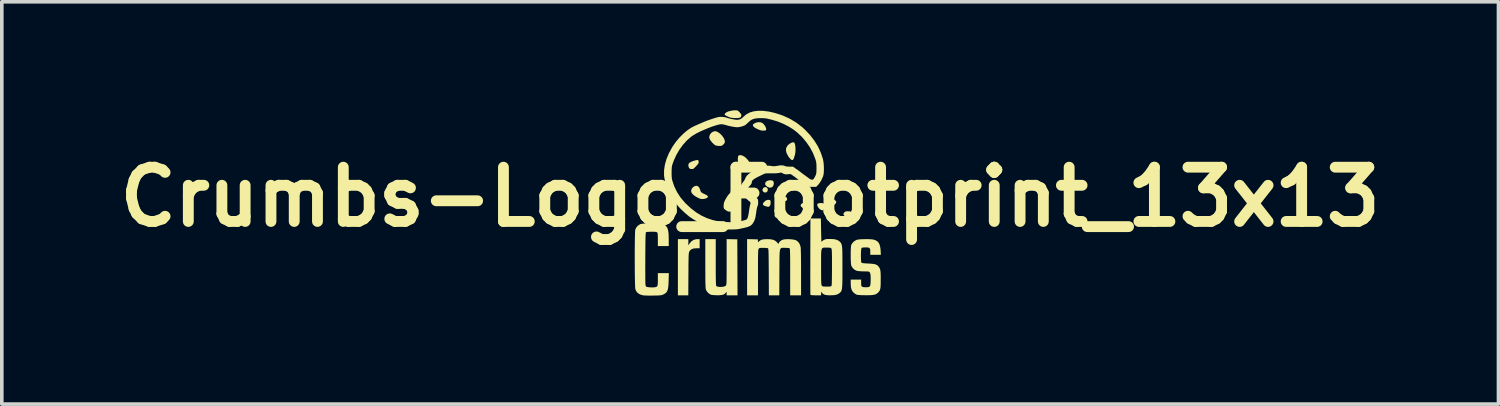
<source format=kicad_pcb>
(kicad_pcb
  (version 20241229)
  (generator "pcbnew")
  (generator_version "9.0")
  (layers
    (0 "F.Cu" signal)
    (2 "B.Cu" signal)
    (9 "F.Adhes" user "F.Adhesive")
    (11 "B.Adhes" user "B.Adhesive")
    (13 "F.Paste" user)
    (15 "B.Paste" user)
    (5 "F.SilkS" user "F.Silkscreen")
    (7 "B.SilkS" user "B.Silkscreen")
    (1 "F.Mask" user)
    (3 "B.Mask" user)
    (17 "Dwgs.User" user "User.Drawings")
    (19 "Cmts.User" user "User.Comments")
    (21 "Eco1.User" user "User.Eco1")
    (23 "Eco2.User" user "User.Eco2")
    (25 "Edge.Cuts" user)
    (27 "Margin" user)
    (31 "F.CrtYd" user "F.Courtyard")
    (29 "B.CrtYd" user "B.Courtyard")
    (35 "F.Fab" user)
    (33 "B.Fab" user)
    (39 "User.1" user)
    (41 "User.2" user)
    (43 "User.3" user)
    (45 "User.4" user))
  (footprint "Crumbs-Logo_Footprint_13x13"
    (layer "F.Cu")
    (at 17.693 2.395)
    (property "Reference" "Crumbs-Logo_Footprint_13x13" (at 0 0 0) (layer "F.SilkS") (effects (font (size 1.5 1.5) (thickness 0.3))))
    (attr board_only exclude_from_pos_files exclude_from_bom)
    (fp_poly (pts (xy 0.995 0.006) (xy 1.016 0.027) (xy 1.023 0.057) (xy 1.015 0.086) (xy 0.995 0.11) (xy 0.973 0.12) (xy 0.959 0.113) (xy 0.938 0.098) (xy 0.918 0.077) (xy 0.917 0.056) (xy 0.921 0.04) (xy 0.941 0.012) (xy 0.968 0.001)) (stroke (width 0) (type solid)) (fill yes) (layer "F.SilkS"))
    (fp_poly (pts (xy 0.446 -0.267) (xy 0.472 -0.247) (xy 0.487 -0.214) (xy 0.486 -0.175) (xy 0.482 -0.165) (xy 0.46 -0.134) (xy 0.426 -0.121) (xy 0.389 -0.126) (xy 0.36 -0.145) (xy 0.341 -0.179) (xy 0.344 -0.216) (xy 0.367 -0.249) (xy 0.375 -0.256) (xy 0.412 -0.272)) (stroke (width 0) (type solid)) (fill yes) (layer "F.SilkS"))
    (fp_poly (pts (xy 0.767 0.399) (xy 0.791 0.414) (xy 0.818 0.452) (xy 0.825 0.495) (xy 0.811 0.537) (xy 0.79 0.561) (xy 0.763 0.583) (xy 0.743 0.588) (xy 0.722 0.577) (xy 0.706 0.565) (xy 0.684 0.542) (xy 0.675 0.513) (xy 0.674 0.489) (xy 0.682 0.442) (xy 0.703 0.41) (xy 0.733 0.395)) (stroke (width 0) (type solid)) (fill yes) (layer "F.SilkS"))
    (fp_poly (pts (xy 1.537 0.16) (xy 1.579 0.182) (xy 1.585 0.187) (xy 1.607 0.223) (xy 1.605 0.263) (xy 1.581 0.303) (xy 1.58 0.304) (xy 1.552 0.32) (xy 1.512 0.323) (xy 1.471 0.313) (xy 1.461 0.308) (xy 1.417 0.277) (xy 1.397 0.246) (xy 1.4 0.215) (xy 1.426 0.187) (xy 1.436 0.18) (xy 1.488 0.159)) (stroke (width 0) (type solid)) (fill yes) (layer "F.SilkS"))
    (fp_poly (pts (xy 0.606 -0.456) (xy 0.637 -0.439) (xy 0.652 -0.406) (xy 0.654 -0.372) (xy 0.644 -0.317) (xy 0.617 -0.279) (xy 0.579 -0.258) (xy 0.533 -0.256) (xy 0.483 -0.276) (xy 0.467 -0.286) (xy 0.438 -0.312) (xy 0.419 -0.338) (xy 0.416 -0.346) (xy 0.417 -0.385) (xy 0.438 -0.419) (xy 0.476 -0.444) (xy 0.527 -0.459) (xy 0.556 -0.461)) (stroke (width 0) (type solid)) (fill yes) (layer "F.SilkS"))
    (fp_poly (pts (xy 2.013 0.174) (xy 2.048 0.191) (xy 2.066 0.222) (xy 2.071 0.26) (xy 2.066 0.302) (xy 2.051 0.333) (xy 2.041 0.344) (xy 2.014 0.366) (xy 1.989 0.371) (xy 1.959 0.36) (xy 1.943 0.35) (xy 1.909 0.322) (xy 1.879 0.283) (xy 1.859 0.243) (xy 1.854 0.219) (xy 1.864 0.192) (xy 1.896 0.175) (xy 1.949 0.169) (xy 1.959 0.169)) (stroke (width 0) (type solid)) (fill yes) (layer "F.SilkS"))
    (fp_poly (pts (xy 2.304 0.072) (xy 2.344 0.091) (xy 2.372 0.115) (xy 2.38 0.128) (xy 2.379 0.154) (xy 2.364 0.184) (xy 2.342 0.209) (xy 2.328 0.217) (xy 2.3 0.22) (xy 2.266 0.216) (xy 2.266 0.216) (xy 2.23 0.203) (xy 2.202 0.186) (xy 2.185 0.158) (xy 2.179 0.122) (xy 2.185 0.088) (xy 2.193 0.075) (xy 2.221 0.062) (xy 2.26 0.062)) (stroke (width 0) (type solid)) (fill yes) (layer "F.SilkS"))
    (fp_poly (pts (xy 2.753 0.4) (xy 2.782 0.408) (xy 2.797 0.419) (xy 2.815 0.455) (xy 2.813 0.497) (xy 2.794 0.538) (xy 2.787 0.546) (xy 2.749 0.572) (xy 2.705 0.575) (xy 2.655 0.556) (xy 2.649 0.552) (xy 2.604 0.52) (xy 2.581 0.491) (xy 2.581 0.462) (xy 2.601 0.431) (xy 2.606 0.427) (xy 2.627 0.409) (xy 2.653 0.4) (xy 2.692 0.397) (xy 2.706 0.397)) (stroke (width 0) (type solid)) (fill yes) (layer "F.SilkS"))
    (fp_poly (pts (xy 0.537 0.085) (xy 0.554 0.094) (xy 0.563 0.11) (xy 0.566 0.139) (xy 0.566 0.16) (xy 0.563 0.206) (xy 0.551 0.237) (xy 0.541 0.251) (xy 0.525 0.266) (xy 0.509 0.274) (xy 0.487 0.273) (xy 0.452 0.264) (xy 0.421 0.255) (xy 0.376 0.236) (xy 0.354 0.214) (xy 0.354 0.187) (xy 0.376 0.152) (xy 0.386 0.14) (xy 0.428 0.103) (xy 0.476 0.083) (xy 0.522 0.081)) (stroke (width 0) (type solid)) (fill yes) (layer "F.SilkS"))
    (fp_poly (pts (xy 1.21 -0.388) (xy 1.249 -0.366) (xy 1.257 -0.36) (xy 1.284 -0.328) (xy 1.288 -0.294) (xy 1.269 -0.256) (xy 1.232 -0.218) (xy 1.195 -0.188) (xy 1.167 -0.173) (xy 1.139 -0.173) (xy 1.104 -0.185) (xy 1.1 -0.187) (xy 1.06 -0.212) (xy 1.029 -0.247) (xy 1.013 -0.283) (xy 1.011 -0.294) (xy 1.023 -0.327) (xy 1.055 -0.356) (xy 1.104 -0.379) (xy 1.121 -0.385) (xy 1.171 -0.394)) (stroke (width 0) (type solid)) (fill yes) (layer "F.SilkS"))
    (fp_poly (pts (xy 0.291 -2.063) (xy 0.331 -2.048) (xy 0.366 -2.02) (xy 0.399 -1.98) (xy 0.426 -1.936) (xy 0.441 -1.894) (xy 0.443 -1.873) (xy 0.44 -1.851) (xy 0.43 -1.84) (xy 0.409 -1.835) (xy 0.373 -1.833) (xy 0.327 -1.834) (xy 0.282 -1.844) (xy 0.228 -1.864) (xy 0.221 -1.867) (xy 0.153 -1.9) (xy 0.106 -1.932) (xy 0.08 -1.964) (xy 0.075 -1.993) (xy 0.093 -2.018) (xy 0.099 -2.022) (xy 0.164 -2.054) (xy 0.229 -2.068)) (stroke (width 0) (type solid)) (fill yes) (layer "F.SilkS"))
    (fp_poly (pts (xy -0.218 -1.145) (xy -0.166 -1.117) (xy -0.113 -1.075) (xy -0.065 -1.024) (xy -0.025 -0.969) (xy 0.002 -0.914) (xy 0.012 -0.864) (xy 0.012 -0.864) (xy 0.001 -0.823) (xy -0.029 -0.785) (xy -0.06 -0.764) (xy -0.102 -0.752) (xy -0.152 -0.748) (xy -0.2 -0.754) (xy -0.224 -0.763) (xy -0.272 -0.797) (xy -0.306 -0.842) (xy -0.327 -0.899) (xy -0.338 -0.975) (xy -0.34 -1.014) (xy -0.34 -1.075) (xy -0.334 -1.116) (xy -0.321 -1.141) (xy -0.298 -1.153) (xy -0.266 -1.156)) (stroke (width 0) (type solid)) (fill yes) (layer "F.SilkS"))
    (fp_poly (pts (xy 1.21 -1.509) (xy 1.227 -1.491) (xy 1.241 -1.453) (xy 1.25 -1.402) (xy 1.254 -1.341) (xy 1.254 -1.276) (xy 1.248 -1.212) (xy 1.236 -1.156) (xy 1.217 -1.091) (xy 1.2 -1.048) (xy 1.182 -1.024) (xy 1.163 -1.018) (xy 1.14 -1.027) (xy 1.126 -1.037) (xy 1.088 -1.076) (xy 1.05 -1.129) (xy 1.017 -1.19) (xy 1.006 -1.218) (xy 0.989 -1.288) (xy 0.996 -1.35) (xy 1.026 -1.408) (xy 1.051 -1.437) (xy 1.091 -1.47) (xy 1.135 -1.495) (xy 1.176 -1.509) (xy 1.208 -1.51)) (stroke (width 0) (type solid)) (fill yes) (layer "F.SilkS"))
    (fp_poly (pts (xy -1.441 -1.017) (xy -1.429 -1.003) (xy -1.423 -0.977) (xy -1.423 -0.974) (xy -1.423 -0.951) (xy -1.429 -0.93) (xy -1.445 -0.906) (xy -1.473 -0.873) (xy -1.494 -0.851) (xy -1.531 -0.812) (xy -1.557 -0.788) (xy -1.579 -0.775) (xy -1.6 -0.771) (xy -1.612 -0.771) (xy -1.644 -0.773) (xy -1.667 -0.779) (xy -1.668 -0.78) (xy -1.691 -0.806) (xy -1.706 -0.847) (xy -1.709 -0.879) (xy -1.702 -0.914) (xy -1.677 -0.944) (xy -1.633 -0.97) (xy -1.568 -0.995) (xy -1.561 -0.997) (xy -1.504 -1.013) (xy -1.465 -1.02)) (stroke (width 0) (type solid)) (fill yes) (layer "F.SilkS"))
    (fp_poly (pts (xy -0.487 -0.106) (xy -0.473 -0.093) (xy -0.425 -0.023) (xy -0.395 0.057) (xy -0.385 0.142) (xy -0.396 0.227) (xy -0.416 0.284) (xy -0.454 0.344) (xy -0.498 0.385) (xy -0.547 0.407) (xy -0.598 0.406) (xy -0.633 0.393) (xy -0.659 0.376) (xy -0.691 0.353) (xy -0.696 0.349) (xy -0.718 0.329) (xy -0.73 0.308) (xy -0.734 0.278) (xy -0.734 0.253) (xy -0.731 0.2) (xy -0.72 0.152) (xy -0.7 0.102) (xy -0.667 0.041) (xy -0.657 0.024) (xy -0.614 -0.043) (xy -0.576 -0.089) (xy -0.544 -0.114) (xy -0.515 -0.119)) (stroke (width 0) (type solid)) (fill yes) (layer "F.SilkS"))
    (fp_poly (pts (xy -0.921 -1.807) (xy -0.869 -1.778) (xy -0.817 -1.736) (xy -0.77 -1.685) (xy -0.731 -1.629) (xy -0.706 -1.574) (xy -0.698 -1.528) (xy -0.705 -1.495) (xy -0.728 -1.462) (xy -0.741 -1.449) (xy -0.767 -1.426) (xy -0.791 -1.414) (xy -0.821 -1.41) (xy -0.859 -1.41) (xy -0.903 -1.413) (xy -0.942 -1.42) (xy -0.961 -1.426) (xy -1.004 -1.457) (xy -1.049 -1.502) (xy -1.09 -1.553) (xy -1.104 -1.575) (xy -1.124 -1.615) (xy -1.13 -1.651) (xy -1.128 -1.675) (xy -1.11 -1.727) (xy -1.075 -1.771) (xy -1.028 -1.803) (xy -0.976 -1.817) (xy -0.969 -1.818)) (stroke (width 0) (type solid)) (fill yes) (layer "F.SilkS"))
    (fp_poly (pts (xy -1.436 -0.29) (xy -1.404 -0.25) (xy -1.383 -0.199) (xy -1.374 -0.169) (xy -1.365 -0.147) (xy -1.353 -0.13) (xy -1.334 -0.115) (xy -1.303 -0.098) (xy -1.256 -0.075) (xy -1.225 -0.06) (xy -1.188 -0.039) (xy -1.171 -0.02) (xy -1.168 -0.006) (xy -1.179 0.017) (xy -1.208 0.036) (xy -1.249 0.05) (xy -1.298 0.058) (xy -1.346 0.058) (xy -1.39 0.048) (xy -1.396 0.046) (xy -1.487 0.002) (xy -1.557 -0.045) (xy -1.606 -0.094) (xy -1.627 -0.132) (xy -1.632 -0.176) (xy -1.617 -0.221) (xy -1.586 -0.262) (xy -1.542 -0.293) (xy -1.521 -0.302) (xy -1.474 -0.307)) (stroke (width 0) (type solid)) (fill yes) (layer "F.SilkS"))
    (fp_poly (pts (xy -0.373 -2.394) (xy -0.348 -2.388) (xy -0.324 -2.372) (xy -0.295 -2.343) (xy -0.292 -2.34) (xy -0.262 -2.306) (xy -0.247 -2.28) (xy -0.243 -2.256) (xy -0.243 -2.247) (xy -0.255 -2.212) (xy -0.277 -2.194) (xy -0.308 -2.186) (xy -0.356 -2.181) (xy -0.412 -2.18) (xy -0.47 -2.183) (xy -0.522 -2.189) (xy -0.56 -2.198) (xy -0.629 -2.226) (xy -0.676 -2.251) (xy -0.699 -2.27) (xy -0.707 -2.285) (xy -0.702 -2.299) (xy -0.68 -2.32) (xy -0.676 -2.324) (xy -0.643 -2.346) (xy -0.611 -2.361) (xy -0.604 -2.363) (xy -0.571 -2.371) (xy -0.531 -2.38) (xy -0.524 -2.382) (xy -0.482 -2.39) (xy -0.432 -2.395) (xy -0.41 -2.395)) (stroke (width 0) (type solid)) (fill yes) (layer "F.SilkS"))
    (fp_poly (pts (xy -1.709 1.253) (xy -1.709 1.339) (xy -1.67 1.281) (xy -1.617 1.222) (xy -1.553 1.184) (xy -1.479 1.168) (xy -1.461 1.168) (xy -1.396 1.168) (xy -1.396 1.294) (xy -1.396 1.42) (xy -1.484 1.42) (xy -1.559 1.426) (xy -1.615 1.444) (xy -1.658 1.476) (xy -1.679 1.506) (xy -1.685 1.516) (xy -1.689 1.528) (xy -1.693 1.544) (xy -1.696 1.565) (xy -1.699 1.594) (xy -1.701 1.634) (xy -1.702 1.685) (xy -1.704 1.751) (xy -1.705 1.834) (xy -1.706 1.935) (xy -1.706 2.057) (xy -1.707 2.134) (xy -1.71 2.721) (xy -1.854 2.721) (xy -1.998 2.721) (xy -1.998 1.944) (xy -1.998 1.168) (xy -1.854 1.168) (xy -1.709 1.168)) (stroke (width 0) (type solid)) (fill yes) (layer "F.SilkS"))
    (fp_poly (pts (xy -0.503 1.17) (xy -0.355 1.174) (xy -0.352 1.947) (xy -0.349 2.721) (xy -0.499 2.721) (xy -0.65 2.721) (xy -0.65 2.671) (xy -0.65 2.621) (xy -0.675 2.653) (xy -0.704 2.682) (xy -0.74 2.701) (xy -0.788 2.713) (xy -0.853 2.719) (xy -0.913 2.719) (xy -0.971 2.718) (xy -1.025 2.714) (xy -1.066 2.709) (xy -1.083 2.705) (xy -1.13 2.68) (xy -1.176 2.639) (xy -1.211 2.59) (xy -1.225 2.556) (xy -1.229 2.538) (xy -1.232 2.506) (xy -1.234 2.459) (xy -1.236 2.396) (xy -1.238 2.315) (xy -1.239 2.215) (xy -1.239 2.096) (xy -1.24 1.954) (xy -1.24 1.837) (xy -1.24 1.168) (xy -1.095 1.168) (xy -0.951 1.168) (xy -0.951 1.81) (xy -0.951 1.955) (xy -0.951 2.078) (xy -0.95 2.18) (xy -0.949 2.263) (xy -0.948 2.33) (xy -0.946 2.381) (xy -0.944 2.418) (xy -0.942 2.443) (xy -0.939 2.459) (xy -0.935 2.466) (xy -0.935 2.466) (xy -0.902 2.481) (xy -0.854 2.489) (xy -0.799 2.49) (xy -0.746 2.484) (xy -0.7 2.471) (xy -0.673 2.455) (xy -0.668 2.449) (xy -0.664 2.441) (xy -0.66 2.429) (xy -0.657 2.411) (xy -0.655 2.384) (xy -0.653 2.348) (xy -0.652 2.3) (xy -0.651 2.238) (xy -0.651 2.159) (xy -0.65 2.063) (xy -0.65 1.947) (xy -0.65 1.808) (xy -0.65 1.799) (xy -0.65 1.167)) (stroke (width 0) (type solid)) (fill yes) (layer "F.SilkS"))
    (fp_poly (pts (xy 0.063 1.17) (xy 0.211 1.174) (xy 0.215 1.214) (xy 0.218 1.255) (xy 0.251 1.225) (xy 0.286 1.199) (xy 0.328 1.181) (xy 0.383 1.172) (xy 0.455 1.168) (xy 0.475 1.168) (xy 0.561 1.171) (xy 0.629 1.184) (xy 0.683 1.206) (xy 0.728 1.24) (xy 0.74 1.253) (xy 0.783 1.301) (xy 0.794 1.272) (xy 0.82 1.234) (xy 0.864 1.201) (xy 0.919 1.178) (xy 0.919 1.178) (xy 0.966 1.171) (xy 1.026 1.168) (xy 1.093 1.169) (xy 1.159 1.175) (xy 1.218 1.184) (xy 1.262 1.196) (xy 1.271 1.2) (xy 1.327 1.242) (xy 1.368 1.301) (xy 1.394 1.375) (xy 1.396 1.39) (xy 1.399 1.417) (xy 1.401 1.465) (xy 1.403 1.533) (xy 1.405 1.617) (xy 1.406 1.716) (xy 1.407 1.826) (xy 1.408 1.946) (xy 1.408 2.073) (xy 1.408 2.092) (xy 1.408 2.721) (xy 1.258 2.721) (xy 1.107 2.721) (xy 1.107 2.079) (xy 1.107 1.929) (xy 1.107 1.801) (xy 1.106 1.695) (xy 1.105 1.608) (xy 1.103 1.54) (xy 1.102 1.489) (xy 1.099 1.453) (xy 1.096 1.432) (xy 1.093 1.423) (xy 1.073 1.415) (xy 1.031 1.41) (xy 0.971 1.408) (xy 0.969 1.408) (xy 0.935 1.408) (xy 0.907 1.407) (xy 0.883 1.408) (xy 0.864 1.412) (xy 0.849 1.422) (xy 0.836 1.439) (xy 0.827 1.464) (xy 0.821 1.501) (xy 0.816 1.55) (xy 0.813 1.614) (xy 0.811 1.694) (xy 0.81 1.792) (xy 0.81 1.91) (xy 0.809 2.05) (xy 0.809 2.09) (xy 0.806 2.721) (xy 0.662 2.721) (xy 0.518 2.721) (xy 0.515 2.076) (xy 0.514 1.933) (xy 0.513 1.812) (xy 0.512 1.712) (xy 0.511 1.63) (xy 0.51 1.565) (xy 0.508 1.514) (xy 0.506 1.477) (xy 0.503 1.451) (xy 0.5 1.434) (xy 0.497 1.424) (xy 0.494 1.42) (xy 0.474 1.415) (xy 0.437 1.411) (xy 0.389 1.409) (xy 0.365 1.409) (xy 0.312 1.409) (xy 0.278 1.411) (xy 0.256 1.416) (xy 0.243 1.426) (xy 0.235 1.435) (xy 0.231 1.444) (xy 0.228 1.457) (xy 0.225 1.477) (xy 0.222 1.506) (xy 0.221 1.546) (xy 0.219 1.599) (xy 0.218 1.667) (xy 0.217 1.751) (xy 0.217 1.854) (xy 0.217 1.977) (xy 0.217 2.091) (xy 0.217 2.721) (xy 0.066 2.721) (xy -0.084 2.721) (xy -0.084 1.944) (xy -0.084 1.167)) (stroke (width 0) (type solid)) (fill yes) (layer "F.SilkS"))
    (fp_poly (pts (xy -2.696 0.736) (xy -2.608 0.738) (xy -2.541 0.739) (xy -2.49 0.741) (xy -2.453 0.744) (xy -2.427 0.748) (xy -2.407 0.754) (xy -2.39 0.761) (xy -2.377 0.768) (xy -2.339 0.794) (xy -2.309 0.826) (xy -2.286 0.867) (xy -2.27 0.918) (xy -2.259 0.985) (xy -2.253 1.068) (xy -2.251 1.173) (xy -2.251 1.189) (xy -2.251 1.36) (xy -2.402 1.36) (xy -2.552 1.36) (xy -2.552 1.181) (xy -2.552 1.108) (xy -2.554 1.056) (xy -2.557 1.021) (xy -2.562 0.998) (xy -2.569 0.985) (xy -2.571 0.982) (xy -2.585 0.973) (xy -2.609 0.968) (xy -2.646 0.964) (xy -2.703 0.963) (xy -2.724 0.963) (xy -2.78 0.964) (xy -2.828 0.967) (xy -2.863 0.971) (xy -2.877 0.975) (xy -2.881 0.98) (xy -2.884 0.99) (xy -2.887 1.009) (xy -2.889 1.037) (xy -2.892 1.075) (xy -2.893 1.127) (xy -2.895 1.194) (xy -2.896 1.277) (xy -2.897 1.378) (xy -2.898 1.499) (xy -2.899 1.642) (xy -2.899 1.682) (xy -2.899 1.811) (xy -2.9 1.933) (xy -2.9 2.048) (xy -2.899 2.152) (xy -2.899 2.242) (xy -2.898 2.318) (xy -2.897 2.376) (xy -2.896 2.414) (xy -2.895 2.428) (xy -2.885 2.465) (xy -2.869 2.485) (xy -2.868 2.485) (xy -2.834 2.493) (xy -2.786 2.499) (xy -2.731 2.502) (xy -2.679 2.502) (xy -2.644 2.499) (xy -2.61 2.493) (xy -2.586 2.484) (xy -2.57 2.469) (xy -2.56 2.444) (xy -2.554 2.405) (xy -2.552 2.349) (xy -2.552 2.28) (xy -2.552 2.107) (xy -2.4 2.107) (xy -2.248 2.107) (xy -2.254 2.314) (xy -2.258 2.414) (xy -2.265 2.494) (xy -2.276 2.555) (xy -2.293 2.603) (xy -2.316 2.639) (xy -2.347 2.667) (xy -2.387 2.691) (xy -2.405 2.7) (xy -2.428 2.709) (xy -2.452 2.716) (xy -2.482 2.72) (xy -2.521 2.724) (xy -2.574 2.726) (xy -2.646 2.728) (xy -2.69 2.728) (xy -2.766 2.729) (xy -2.836 2.728) (xy -2.896 2.726) (xy -2.942 2.724) (xy -2.967 2.721) (xy -3.049 2.695) (xy -3.111 2.656) (xy -3.153 2.603) (xy -3.175 2.548) (xy -3.178 2.524) (xy -3.181 2.479) (xy -3.183 2.415) (xy -3.185 2.334) (xy -3.187 2.24) (xy -3.189 2.134) (xy -3.19 2.019) (xy -3.19 1.899) (xy -3.191 1.775) (xy -3.191 1.65) (xy -3.191 1.527) (xy -3.19 1.407) (xy -3.189 1.295) (xy -3.188 1.192) (xy -3.186 1.1) (xy -3.184 1.024) (xy -3.182 0.964) (xy -3.179 0.924) (xy -3.177 0.908) (xy -3.15 0.849) (xy -3.107 0.798) (xy -3.052 0.76) (xy -3.02 0.748) (xy -2.989 0.742) (xy -2.941 0.738) (xy -2.875 0.736) (xy -2.788 0.736)) (stroke (width 0) (type solid)) (fill yes) (layer "F.SilkS"))
    (fp_poly (pts (xy 3.269 1.168) (xy 3.337 1.171) (xy 3.391 1.177) (xy 3.416 1.181) (xy 3.481 1.205) (xy 3.531 1.241) (xy 3.568 1.292) (xy 3.592 1.36) (xy 3.606 1.448) (xy 3.608 1.481) (xy 3.615 1.601) (xy 3.469 1.601) (xy 3.322 1.601) (xy 3.322 1.518) (xy 3.321 1.464) (xy 3.312 1.43) (xy 3.294 1.409) (xy 3.26 1.399) (xy 3.208 1.396) (xy 3.191 1.396) (xy 3.139 1.398) (xy 3.105 1.402) (xy 3.086 1.411) (xy 3.08 1.416) (xy 3.074 1.436) (xy 3.068 1.475) (xy 3.065 1.526) (xy 3.063 1.586) (xy 3.063 1.648) (xy 3.064 1.707) (xy 3.067 1.759) (xy 3.072 1.798) (xy 3.078 1.819) (xy 3.079 1.82) (xy 3.099 1.827) (xy 3.142 1.834) (xy 3.207 1.839) (xy 3.265 1.842) (xy 3.35 1.847) (xy 3.415 1.854) (xy 3.464 1.865) (xy 3.501 1.881) (xy 3.53 1.902) (xy 3.555 1.93) (xy 3.573 1.957) (xy 3.587 1.984) (xy 3.597 2.016) (xy 3.604 2.056) (xy 3.608 2.108) (xy 3.61 2.175) (xy 3.611 2.262) (xy 3.61 2.286) (xy 3.61 2.378) (xy 3.608 2.45) (xy 3.604 2.505) (xy 3.597 2.547) (xy 3.587 2.579) (xy 3.572 2.605) (xy 3.553 2.629) (xy 3.541 2.642) (xy 3.511 2.669) (xy 3.479 2.689) (xy 3.44 2.703) (xy 3.39 2.712) (xy 3.326 2.717) (xy 3.244 2.719) (xy 3.191 2.719) (xy 3.121 2.718) (xy 3.056 2.716) (xy 3.002 2.712) (xy 2.964 2.708) (xy 2.95 2.705) (xy 2.918 2.689) (xy 2.88 2.662) (xy 2.858 2.643) (xy 2.825 2.604) (xy 2.802 2.557) (xy 2.788 2.5) (xy 2.782 2.426) (xy 2.781 2.377) (xy 2.781 2.287) (xy 2.925 2.287) (xy 3.07 2.287) (xy 3.07 2.376) (xy 3.071 2.43) (xy 3.079 2.465) (xy 3.098 2.486) (xy 3.131 2.495) (xy 3.183 2.498) (xy 3.197 2.498) (xy 3.247 2.497) (xy 3.282 2.491) (xy 3.305 2.478) (xy 3.32 2.453) (xy 3.327 2.413) (xy 3.331 2.354) (xy 3.333 2.314) (xy 3.333 2.224) (xy 3.329 2.155) (xy 3.318 2.107) (xy 3.302 2.078) (xy 3.283 2.066) (xy 3.26 2.063) (xy 3.219 2.061) (xy 3.168 2.059) (xy 3.132 2.059) (xy 3.073 2.057) (xy 3.016 2.053) (xy 2.97 2.048) (xy 2.953 2.045) (xy 2.894 2.019) (xy 2.843 1.975) (xy 2.806 1.921) (xy 2.796 1.894) (xy 2.79 1.864) (xy 2.786 1.814) (xy 2.783 1.751) (xy 2.781 1.679) (xy 2.781 1.602) (xy 2.781 1.527) (xy 2.783 1.457) (xy 2.786 1.398) (xy 2.79 1.355) (xy 2.794 1.335) (xy 2.823 1.281) (xy 2.869 1.233) (xy 2.925 1.197) (xy 2.954 1.185) (xy 2.994 1.178) (xy 3.051 1.172) (xy 3.121 1.169) (xy 3.195 1.168)) (stroke (width 0) (type solid)) (fill yes) (layer "F.SilkS"))
    (fp_poly (pts (xy 1.962 0.927) (xy 1.964 1.012) (xy 1.966 1.089) (xy 1.968 1.153) (xy 1.969 1.202) (xy 1.97 1.233) (xy 1.971 1.244) (xy 1.972 1.243) (xy 1.983 1.23) (xy 2.009 1.21) (xy 2.03 1.196) (xy 2.06 1.18) (xy 2.087 1.171) (xy 2.119 1.165) (xy 2.164 1.163) (xy 2.202 1.163) (xy 2.293 1.166) (xy 2.365 1.177) (xy 2.422 1.198) (xy 2.467 1.228) (xy 2.479 1.239) (xy 2.495 1.256) (xy 2.509 1.272) (xy 2.52 1.29) (xy 2.529 1.313) (xy 2.536 1.341) (xy 2.542 1.378) (xy 2.546 1.425) (xy 2.549 1.485) (xy 2.55 1.56) (xy 2.551 1.651) (xy 2.552 1.762) (xy 2.552 1.894) (xy 2.552 1.946) (xy 2.552 2.088) (xy 2.552 2.207) (xy 2.551 2.306) (xy 2.549 2.388) (xy 2.546 2.454) (xy 2.542 2.506) (xy 2.537 2.547) (xy 2.53 2.579) (xy 2.521 2.603) (xy 2.509 2.622) (xy 2.496 2.638) (xy 2.479 2.653) (xy 2.471 2.659) (xy 2.431 2.686) (xy 2.382 2.705) (xy 2.321 2.716) (xy 2.244 2.72) (xy 2.209 2.721) (xy 2.133 2.718) (xy 2.076 2.709) (xy 2.033 2.693) (xy 2.001 2.668) (xy 1.988 2.654) (xy 1.962 2.621) (xy 1.962 2.671) (xy 1.962 2.721) (xy 1.817 2.721) (xy 1.75 2.72) (xy 1.704 2.717) (xy 1.677 2.712) (xy 1.667 2.706) (xy 1.666 2.691) (xy 1.665 2.655) (xy 1.665 2.598) (xy 1.664 2.523) (xy 1.664 2.43) (xy 1.664 2.322) (xy 1.663 2.2) (xy 1.663 2.067) (xy 1.664 1.924) (xy 1.664 1.772) (xy 1.664 1.752) (xy 1.962 1.752) (xy 1.962 1.868) (xy 1.962 1.937) (xy 1.962 2.061) (xy 1.963 2.163) (xy 1.963 2.245) (xy 1.964 2.309) (xy 1.966 2.359) (xy 1.968 2.395) (xy 1.971 2.421) (xy 1.975 2.439) (xy 1.979 2.45) (xy 1.981 2.453) (xy 1.991 2.465) (xy 2.006 2.473) (xy 2.029 2.478) (xy 2.066 2.479) (xy 2.119 2.48) (xy 2.174 2.479) (xy 2.211 2.477) (xy 2.232 2.473) (xy 2.245 2.465) (xy 2.251 2.457) (xy 2.254 2.438) (xy 2.257 2.396) (xy 2.259 2.331) (xy 2.261 2.245) (xy 2.262 2.138) (xy 2.263 2.011) (xy 2.263 1.941) (xy 2.263 1.816) (xy 2.263 1.712) (xy 2.262 1.628) (xy 2.261 1.562) (xy 2.259 1.512) (xy 2.257 1.475) (xy 2.254 1.45) (xy 2.25 1.434) (xy 2.246 1.426) (xy 2.235 1.414) (xy 2.217 1.407) (xy 2.188 1.404) (xy 2.142 1.402) (xy 2.121 1.402) (xy 2.083 1.402) (xy 2.052 1.402) (xy 2.026 1.404) (xy 2.006 1.41) (xy 1.991 1.423) (xy 1.979 1.444) (xy 1.971 1.476) (xy 1.966 1.521) (xy 1.963 1.58) (xy 1.962 1.657) (xy 1.962 1.752) (xy 1.664 1.752) (xy 1.664 1.643) (xy 1.667 0.596) (xy 1.812 0.596) (xy 1.956 0.596)) (stroke (width 0) (type solid)) (fill yes) (layer "F.SilkS"))
    (fp_poly (pts (xy 0.356 -2.38) (xy 0.504 -2.362) (xy 0.663 -2.327) (xy 0.832 -2.275) (xy 0.915 -2.245) (xy 1.099 -2.161) (xy 1.274 -2.056) (xy 1.438 -1.931) (xy 1.515 -1.86) (xy 1.658 -1.709) (xy 1.778 -1.553) (xy 1.877 -1.391) (xy 1.956 -1.219) (xy 2.012 -1.05) (xy 2.025 -0.986) (xy 2.034 -0.91) (xy 2.039 -0.828) (xy 2.04 -0.746) (xy 2.036 -0.67) (xy 2.027 -0.607) (xy 2.019 -0.574) (xy 1.968 -0.459) (xy 1.906 -0.364) (xy 1.881 -0.335) (xy 1.826 -0.277) (xy 1.729 -0.277) (xy 1.675 -0.278) (xy 1.636 -0.283) (xy 1.604 -0.294) (xy 1.579 -0.307) (xy 1.548 -0.324) (xy 1.527 -0.335) (xy 1.522 -0.337) (xy 1.519 -0.326) (xy 1.517 -0.299) (xy 1.517 -0.278) (xy 1.515 -0.24) (xy 1.507 -0.22) (xy 1.496 -0.213) (xy 1.494 -0.211) (xy 1.512 -0.212) (xy 1.532 -0.214) (xy 1.586 -0.213) (xy 1.63 -0.202) (xy 1.66 -0.18) (xy 1.668 -0.164) (xy 1.668 -0.121) (xy 1.65 -0.083) (xy 1.618 -0.054) (xy 1.579 -0.04) (xy 1.555 -0.042) (xy 1.511 -0.062) (xy 1.483 -0.1) (xy 1.472 -0.141) (xy 1.464 -0.175) (xy 1.444 -0.198) (xy 1.422 -0.211) (xy 1.387 -0.24) (xy 1.372 -0.273) (xy 1.377 -0.305) (xy 1.4 -0.332) (xy 1.439 -0.348) (xy 1.461 -0.35) (xy 1.487 -0.352) (xy 1.496 -0.356) (xy 1.493 -0.357) (xy 1.469 -0.372) (xy 1.463 -0.378) (xy 1.447 -0.392) (xy 1.418 -0.414) (xy 1.384 -0.439) (xy 1.35 -0.464) (xy 1.324 -0.484) (xy 1.312 -0.494) (xy 1.3 -0.503) (xy 1.274 -0.524) (xy 1.236 -0.551) (xy 1.211 -0.57) (xy 1.166 -0.601) (xy 1.135 -0.621) (xy 1.112 -0.631) (xy 1.092 -0.632) (xy 1.073 -0.629) (xy 1.001 -0.623) (xy 0.939 -0.633) (xy 0.9 -0.652) (xy 0.876 -0.667) (xy 0.854 -0.672) (xy 0.824 -0.668) (xy 0.806 -0.663) (xy 0.765 -0.657) (xy 0.703 -0.653) (xy 0.627 -0.652) (xy 0.588 -0.652) (xy 0.519 -0.653) (xy 0.469 -0.652) (xy 0.433 -0.649) (xy 0.406 -0.644) (xy 0.382 -0.635) (xy 0.379 -0.633) (xy 0.282 -0.587) (xy 0.204 -0.549) (xy 0.145 -0.516) (xy 0.102 -0.489) (xy 0.073 -0.464) (xy 0.056 -0.442) (xy 0.049 -0.42) (xy 0.048 -0.411) (xy 0.037 -0.368) (xy 0.008 -0.324) (xy -0.021 -0.297) (xy -0.041 -0.275) (xy -0.048 -0.256) (xy -0.041 -0.231) (xy -0.02 -0.194) (xy 0.008 -0.151) (xy 0.041 -0.108) (xy 0.074 -0.07) (xy 0.102 -0.043) (xy 0.111 -0.037) (xy 0.149 -0.009) (xy 0.183 0.025) (xy 0.19 0.033) (xy 0.209 0.063) (xy 0.219 0.093) (xy 0.222 0.133) (xy 0.222 0.151) (xy 0.22 0.193) (xy 0.215 0.227) (xy 0.209 0.242) (xy 0.199 0.265) (xy 0.188 0.307) (xy 0.177 0.362) (xy 0.168 0.427) (xy 0.162 0.469) (xy 0.144 0.578) (xy 0.113 0.667) (xy 0.07 0.739) (xy 0.059 0.752) (xy 0.037 0.775) (xy 0.013 0.794) (xy -0.016 0.81) (xy -0.054 0.826) (xy -0.104 0.841) (xy -0.168 0.857) (xy -0.251 0.875) (xy -0.323 0.89) (xy -0.361 0.895) (xy -0.417 0.898) (xy -0.486 0.9) (xy -0.562 0.901) (xy -0.641 0.901) (xy -0.715 0.899) (xy -0.781 0.896) (xy -0.831 0.892) (xy -0.855 0.889) (xy -0.94 0.871) (xy -1.006 0.856) (xy -1.059 0.844) (xy -1.104 0.832) (xy -1.146 0.82) (xy -1.189 0.805) (xy -1.239 0.787) (xy -1.282 0.771) (xy -1.334 0.748) (xy -1.399 0.716) (xy -1.471 0.677) (xy -1.544 0.635) (xy -1.612 0.593) (xy -1.668 0.555) (xy -1.701 0.53) (xy -1.817 0.43) (xy -1.915 0.338) (xy -1.999 0.248) (xy -2.073 0.157) (xy -2.14 0.062) (xy -2.152 0.044) (xy -2.186 -0.011) (xy -2.219 -0.07) (xy -2.25 -0.127) (xy -2.275 -0.178) (xy -2.292 -0.219) (xy -2.299 -0.244) (xy -2.299 -0.246) (xy -2.306 -0.266) (xy -2.31 -0.27) (xy -2.32 -0.286) (xy -2.327 -0.31) (xy -2.333 -0.337) (xy -2.342 -0.379) (xy -2.354 -0.429) (xy -2.358 -0.445) (xy -2.381 -0.589) (xy -2.38 -0.708) (xy -2.172 -0.708) (xy -2.172 -0.635) (xy -2.17 -0.565) (xy -2.164 -0.504) (xy -2.156 -0.463) (xy -2.098 -0.291) (xy -2.021 -0.132) (xy -1.924 0.017) (xy -1.804 0.158) (xy -1.776 0.187) (xy -1.635 0.318) (xy -1.493 0.427) (xy -1.347 0.516) (xy -1.194 0.587) (xy -1.035 0.64) (xy -0.926 0.665) (xy -0.804 0.683) (xy -0.677 0.695) (xy -0.55 0.699) (xy -0.431 0.696) (xy -0.326 0.684) (xy -0.303 0.68) (xy -0.22 0.662) (xy -0.156 0.645) (xy -0.113 0.63) (xy -0.099 0.622) (xy -0.081 0.601) (xy -0.065 0.564) (xy -0.051 0.51) (xy -0.038 0.436) (xy -0.031 0.386) (xy -0.022 0.327) (xy -0.013 0.275) (xy -0.005 0.236) (xy 0.001 0.216) (xy 0.001 0.215) (xy 0.012 0.178) (xy 0.003 0.145) (xy -0.028 0.114) (xy -0.045 0.102) (xy -0.085 0.069) (xy -0.119 0.029) (xy -0.127 0.016) (xy -0.15 -0.023) (xy -0.18 -0.068) (xy -0.198 -0.093) (xy -0.241 -0.161) (xy -0.264 -0.219) (xy -0.268 -0.273) (xy -0.251 -0.326) (xy -0.215 -0.384) (xy -0.197 -0.408) (xy -0.169 -0.446) (xy -0.147 -0.481) (xy -0.137 -0.504) (xy -0.12 -0.547) (xy -0.09 -0.588) (xy -0.045 -0.63) (xy 0.017 -0.674) (xy 0.097 -0.721) (xy 0.199 -0.772) (xy 0.253 -0.798) (xy 0.332 -0.833) (xy 0.399 -0.854) (xy 0.459 -0.864) (xy 0.521 -0.864) (xy 0.59 -0.855) (xy 0.593 -0.854) (xy 0.637 -0.848) (xy 0.681 -0.849) (xy 0.735 -0.857) (xy 0.758 -0.861) (xy 0.841 -0.873) (xy 0.907 -0.871) (xy 0.959 -0.856) (xy 0.969 -0.851) (xy 0.992 -0.844) (xy 1.032 -0.839) (xy 1.08 -0.837) (xy 1.09 -0.836) (xy 1.186 -0.836) (xy 1.285 -0.766) (xy 1.329 -0.735) (xy 1.366 -0.708) (xy 1.392 -0.689) (xy 1.399 -0.682) (xy 1.415 -0.669) (xy 1.446 -0.646) (xy 1.486 -0.616) (xy 1.523 -0.59) (xy 1.567 -0.558) (xy 1.604 -0.531) (xy 1.629 -0.513) (xy 1.637 -0.505) (xy 1.651 -0.496) (xy 1.678 -0.484) (xy 1.683 -0.482) (xy 1.712 -0.475) (xy 1.736 -0.48) (xy 1.759 -0.502) (xy 1.784 -0.542) (xy 1.801 -0.576) (xy 1.815 -0.606) (xy 1.825 -0.634) (xy 1.83 -0.664) (xy 1.833 -0.703) (xy 1.834 -0.756) (xy 1.835 -0.795) (xy 1.834 -0.862) (xy 1.832 -0.914) (xy 1.826 -0.957) (xy 1.817 -0.999) (xy 1.802 -1.048) (xy 1.8 -1.053) (xy 1.737 -1.214) (xy 1.652 -1.372) (xy 1.548 -1.522) (xy 1.429 -1.662) (xy 1.296 -1.787) (xy 1.197 -1.863) (xy 1.066 -1.946) (xy 0.92 -2.021) (xy 0.765 -2.084) (xy 0.611 -2.131) (xy 0.566 -2.142) (xy 0.519 -2.153) (xy 0.475 -2.163) (xy 0.456 -2.168) (xy 0.425 -2.173) (xy 0.378 -2.176) (xy 0.322 -2.178) (xy 0.288 -2.179) (xy 0.194 -2.175) (xy 0.117 -2.163) (xy 0.053 -2.14) (xy -0.004 -2.104) (xy -0.058 -2.054) (xy -0.059 -2.054) (xy -0.093 -2.021) (xy -0.127 -1.993) (xy -0.149 -1.978) (xy -0.19 -1.961) (xy -0.243 -1.945) (xy -0.297 -1.933) (xy -0.342 -1.926) (xy -0.349 -1.926) (xy -0.401 -1.93) (xy -0.468 -1.939) (xy -0.542 -1.953) (xy -0.614 -1.97) (xy -0.654 -1.982) (xy -0.706 -1.996) (xy -0.756 -2.006) (xy -0.795 -2.01) (xy -0.799 -2.01) (xy -0.838 -2.006) (xy -0.894 -1.993) (xy -0.961 -1.974) (xy -1.034 -1.951) (xy -1.108 -1.924) (xy -1.132 -1.914) (xy -1.172 -1.898) (xy -1.206 -1.884) (xy -1.222 -1.878) (xy -1.368 -1.815) (xy -1.494 -1.752) (xy -1.599 -1.688) (xy -1.634 -1.662) (xy -1.75 -1.561) (xy -1.859 -1.44) (xy -1.958 -1.303) (xy -2.044 -1.154) (xy -2.115 -0.996) (xy -2.156 -0.879) (xy -2.165 -0.837) (xy -2.17 -0.777) (xy -2.172 -0.708) (xy -2.38 -0.708) (xy -2.38 -0.739) (xy -2.357 -0.893) (xy -2.312 -1.051) (xy -2.244 -1.213) (xy -2.154 -1.376) (xy -2.136 -1.405) (xy -2.051 -1.526) (xy -1.955 -1.64) (xy -1.852 -1.743) (xy -1.746 -1.834) (xy -1.64 -1.907) (xy -1.553 -1.954) (xy -1.44 -2.004) (xy -1.343 -2.046) (xy -1.259 -2.082) (xy -1.182 -2.112) (xy -1.107 -2.138) (xy -1.03 -2.164) (xy -0.946 -2.19) (xy -0.896 -2.204) (xy -0.837 -2.214) (xy -0.767 -2.213) (xy -0.697 -2.204) (xy -0.651 -2.191) (xy -0.592 -2.173) (xy -0.524 -2.156) (xy -0.457 -2.143) (xy -0.397 -2.133) (xy -0.358 -2.131) (xy -0.295 -2.14) (xy -0.237 -2.169) (xy -0.18 -2.22) (xy -0.104 -2.285) (xy -0.011 -2.334) (xy 0.097 -2.366) (xy 0.22 -2.382)) (stroke (width 0) (type solid)) (fill yes) (layer "F.SilkS")))
  (gr_rect
    (start -3 -3)
    (end 38.386 8.124)
    (stroke (width 0.1) (type default))
    (fill no)
    (layer "Edge.Cuts")))
</source>
